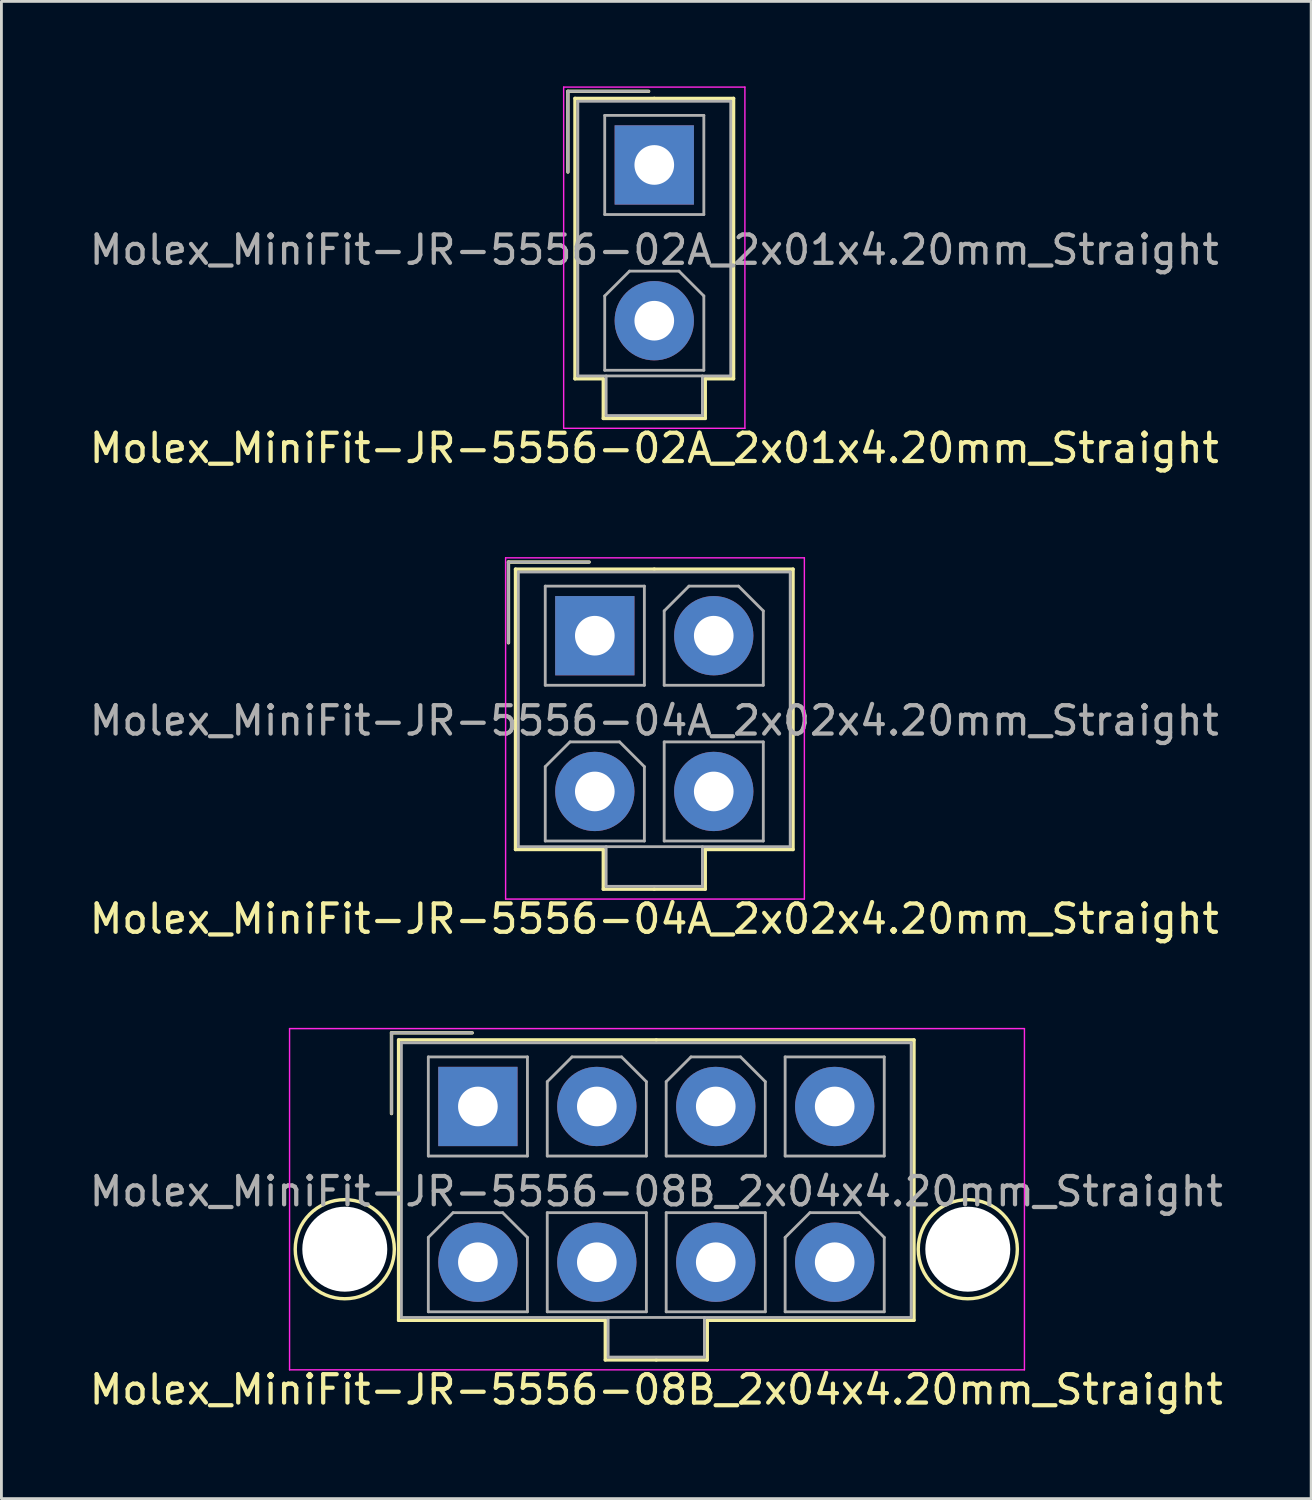
<source format=kicad_pcb>
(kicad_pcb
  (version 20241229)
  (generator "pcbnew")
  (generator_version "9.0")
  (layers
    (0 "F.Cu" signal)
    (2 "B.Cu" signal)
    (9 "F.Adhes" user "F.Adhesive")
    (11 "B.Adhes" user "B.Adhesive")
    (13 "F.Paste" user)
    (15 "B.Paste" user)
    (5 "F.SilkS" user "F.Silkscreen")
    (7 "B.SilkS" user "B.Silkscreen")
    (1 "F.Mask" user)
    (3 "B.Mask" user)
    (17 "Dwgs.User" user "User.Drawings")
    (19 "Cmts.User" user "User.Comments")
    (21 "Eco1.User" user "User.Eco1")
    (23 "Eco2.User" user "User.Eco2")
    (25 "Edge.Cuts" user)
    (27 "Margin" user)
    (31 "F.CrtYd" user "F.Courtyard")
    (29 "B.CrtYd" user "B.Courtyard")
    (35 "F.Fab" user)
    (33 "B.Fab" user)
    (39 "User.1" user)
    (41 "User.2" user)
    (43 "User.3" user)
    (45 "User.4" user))
  (footprint "Molex_MiniFit-JR-5556-04A_2x02x4.20mm_Straight"
    (layer "F.Cu")
    (at 17.954 19.398)
    (property "Reference" "Molex_MiniFit-JR-5556-04A_2x02x4.20mm_Straight" (at 2.1 10 0) (layer "F.SilkS") (effects (font (size 1 1) (thickness 0.15))))
    (attr through_hole)
    (fp_line (start -3.05 -2.6) (end -3.05 0.25) (stroke (width 0.12) (type solid)) (layer "F.SilkS"))
    (fp_line (start -2.8 -2.35) (end -2.8 7.55) (stroke (width 0.12) (type solid)) (layer "F.SilkS"))
    (fp_line (start -2.8 7.55) (end 0.3 7.55) (stroke (width 0.12) (type solid)) (layer "F.SilkS"))
    (fp_line (start -0.2 -2.6) (end -3.05 -2.6) (stroke (width 0.12) (type solid)) (layer "F.SilkS"))
    (fp_line (start 0.3 7.55) (end 0.3 8.95) (stroke (width 0.12) (type solid)) (layer "F.SilkS"))
    (fp_line (start 0.3 8.95) (end 2.1 8.95) (stroke (width 0.12) (type solid)) (layer "F.SilkS"))
    (fp_line (start 2.1 -2.35) (end -2.8 -2.35) (stroke (width 0.12) (type solid)) (layer "F.SilkS"))
    (fp_line (start 2.1 -2.35) (end 7 -2.35) (stroke (width 0.12) (type solid)) (layer "F.SilkS"))
    (fp_line (start 3.9 7.55) (end 3.9 8.95) (stroke (width 0.12) (type solid)) (layer "F.SilkS"))
    (fp_line (start 3.9 8.95) (end 2.1 8.95) (stroke (width 0.12) (type solid)) (layer "F.SilkS"))
    (fp_line (start 7 -2.35) (end 7 7.55) (stroke (width 0.12) (type solid)) (layer "F.SilkS"))
    (fp_line (start 7 7.55) (end 3.9 7.55) (stroke (width 0.12) (type solid)) (layer "F.SilkS"))
    (fp_line (start -3.15 -2.75) (end -3.15 9.3) (stroke (width 0.05) (type solid)) (layer "F.CrtYd"))
    (fp_line (start -3.15 9.3) (end 7.4 9.3) (stroke (width 0.05) (type solid)) (layer "F.CrtYd"))
    (fp_line (start 7.4 -2.75) (end -3.15 -2.75) (stroke (width 0.05) (type solid)) (layer "F.CrtYd"))
    (fp_line (start 7.4 9.3) (end 7.4 -2.75) (stroke (width 0.05) (type solid)) (layer "F.CrtYd"))
    (fp_line (start -3.05 -2.6) (end -3.05 0.25) (stroke (width 0.1) (type solid)) (layer "F.Fab"))
    (fp_line (start -2.7 -2.25) (end -2.7 7.45) (stroke (width 0.1) (type solid)) (layer "F.Fab"))
    (fp_line (start -2.7 7.45) (end 6.9 7.45) (stroke (width 0.1) (type solid)) (layer "F.Fab"))
    (fp_line (start -1.75 -1.75) (end -1.75 1.75) (stroke (width 0.1) (type solid)) (layer "F.Fab"))
    (fp_line (start -1.75 1.75) (end 1.75 1.75) (stroke (width 0.1) (type solid)) (layer "F.Fab"))
    (fp_line (start -1.75 4.625) (end -0.875 3.75) (stroke (width 0.1) (type solid)) (layer "F.Fab"))
    (fp_line (start -1.75 7.25) (end -1.75 4.625) (stroke (width 0.1) (type solid)) (layer "F.Fab"))
    (fp_line (start -0.875 3.75) (end 0.875 3.75) (stroke (width 0.1) (type solid)) (layer "F.Fab"))
    (fp_line (start -0.2 -2.6) (end -3.05 -2.6) (stroke (width 0.1) (type solid)) (layer "F.Fab"))
    (fp_line (start 0.4 7.45) (end 0.4 8.85) (stroke (width 0.1) (type solid)) (layer "F.Fab"))
    (fp_line (start 0.4 8.85) (end 3.8 8.85) (stroke (width 0.1) (type solid)) (layer "F.Fab"))
    (fp_line (start 0.875 3.75) (end 1.75 4.625) (stroke (width 0.1) (type solid)) (layer "F.Fab"))
    (fp_line (start 1.75 -1.75) (end -1.75 -1.75) (stroke (width 0.1) (type solid)) (layer "F.Fab"))
    (fp_line (start 1.75 1.75) (end 1.75 -1.75) (stroke (width 0.1) (type solid)) (layer "F.Fab"))
    (fp_line (start 1.75 4.625) (end 1.75 7.25) (stroke (width 0.1) (type solid)) (layer "F.Fab"))
    (fp_line (start 1.75 7.25) (end -1.75 7.25) (stroke (width 0.1) (type solid)) (layer "F.Fab"))
    (fp_line (start 2.45 -0.875) (end 3.325 -1.75) (stroke (width 0.1) (type solid)) (layer "F.Fab"))
    (fp_line (start 2.45 1.75) (end 2.45 -0.875) (stroke (width 0.1) (type solid)) (layer "F.Fab"))
    (fp_line (start 2.45 3.75) (end 2.45 7.25) (stroke (width 0.1) (type solid)) (layer "F.Fab"))
    (fp_line (start 2.45 7.25) (end 5.95 7.25) (stroke (width 0.1) (type solid)) (layer "F.Fab"))
    (fp_line (start 3.325 -1.75) (end 5.075 -1.75) (stroke (width 0.1) (type solid)) (layer "F.Fab"))
    (fp_line (start 3.8 8.85) (end 3.8 7.45) (stroke (width 0.1) (type solid)) (layer "F.Fab"))
    (fp_line (start 5.075 -1.75) (end 5.95 -0.875) (stroke (width 0.1) (type solid)) (layer "F.Fab"))
    (fp_line (start 5.95 -0.875) (end 5.95 1.75) (stroke (width 0.1) (type solid)) (layer "F.Fab"))
    (fp_line (start 5.95 1.75) (end 2.45 1.75) (stroke (width 0.1) (type solid)) (layer "F.Fab"))
    (fp_line (start 5.95 3.75) (end 2.45 3.75) (stroke (width 0.1) (type solid)) (layer "F.Fab"))
    (fp_line (start 5.95 7.25) (end 5.95 3.75) (stroke (width 0.1) (type solid)) (layer "F.Fab"))
    (fp_line (start 6.9 -2.25) (end -2.7 -2.25) (stroke (width 0.1) (type solid)) (layer "F.Fab"))
    (fp_line (start 6.9 7.45) (end 6.9 -2.25) (stroke (width 0.1) (type solid)) (layer "F.Fab"))
    (fp_text user "${REFERENCE}" (at 2.1 3 0) (layer "F.Fab") (effects (font (size 1 1) (thickness 0.15))))
    (pad "1" thru_hole rect (at 0 0) (size 2.8 2.8) (drill 1.4) (layers "*.Cu" "*.Mask"))
    (pad "2" thru_hole circle (at 4.2 0) (size 2.8 2.8) (drill 1.4) (layers "*.Cu" "*.Mask"))
    (pad "3" thru_hole circle (at 0 5.5) (size 2.8 2.8) (drill 1.4) (layers "*.Cu" "*.Mask"))
    (pad "4" thru_hole circle (at 4.2 5.5) (size 2.8 2.8) (drill 1.4) (layers "*.Cu" "*.Mask")))
  (footprint "Molex_MiniFit-JR-5556-02A_2x01x4.20mm_Straight"
    (layer "F.Cu")
    (at 20.054 2.775)
    (property "Reference" "Molex_MiniFit-JR-5556-02A_2x01x4.20mm_Straight" (at 0 10 0) (layer "F.SilkS") (effects (font (size 1 1) (thickness 0.15))))
    (attr through_hole)
    (fp_line (start -3.05 -2.6) (end -3.05 0.25) (stroke (width 0.12) (type solid)) (layer "F.SilkS"))
    (fp_line (start -2.8 -2.35) (end -2.8 7.55) (stroke (width 0.12) (type solid)) (layer "F.SilkS"))
    (fp_line (start -2.8 7.55) (end -1.8 7.55) (stroke (width 0.12) (type solid)) (layer "F.SilkS"))
    (fp_line (start -1.8 7.55) (end -1.8 8.95) (stroke (width 0.12) (type solid)) (layer "F.SilkS"))
    (fp_line (start -1.8 8.95) (end 0 8.95) (stroke (width 0.12) (type solid)) (layer "F.SilkS"))
    (fp_line (start -0.2 -2.6) (end -3.05 -2.6) (stroke (width 0.12) (type solid)) (layer "F.SilkS"))
    (fp_line (start 0 -2.35) (end -2.8 -2.35) (stroke (width 0.12) (type solid)) (layer "F.SilkS"))
    (fp_line (start 0 -2.35) (end 2.8 -2.35) (stroke (width 0.12) (type solid)) (layer "F.SilkS"))
    (fp_line (start 1.8 7.55) (end 1.8 8.95) (stroke (width 0.12) (type solid)) (layer "F.SilkS"))
    (fp_line (start 1.8 8.95) (end 0 8.95) (stroke (width 0.12) (type solid)) (layer "F.SilkS"))
    (fp_line (start 2.8 -2.35) (end 2.8 7.55) (stroke (width 0.12) (type solid)) (layer "F.SilkS"))
    (fp_line (start 2.8 7.55) (end 1.8 7.55) (stroke (width 0.12) (type solid)) (layer "F.SilkS"))
    (fp_line (start -3.2 -2.75) (end -3.2 9.3) (stroke (width 0.05) (type solid)) (layer "F.CrtYd"))
    (fp_line (start -3.2 9.3) (end 3.2 9.3) (stroke (width 0.05) (type solid)) (layer "F.CrtYd"))
    (fp_line (start 3.2 -2.75) (end -3.2 -2.75) (stroke (width 0.05) (type solid)) (layer "F.CrtYd"))
    (fp_line (start 3.2 9.3) (end 3.2 -2.75) (stroke (width 0.05) (type solid)) (layer "F.CrtYd"))
    (fp_line (start -3.05 -2.6) (end -3.05 0.25) (stroke (width 0.1) (type solid)) (layer "F.Fab"))
    (fp_line (start -2.7 -2.25) (end -2.7 7.45) (stroke (width 0.1) (type solid)) (layer "F.Fab"))
    (fp_line (start -2.7 7.45) (end 2.7 7.45) (stroke (width 0.1) (type solid)) (layer "F.Fab"))
    (fp_line (start -1.75 -1.75) (end -1.75 1.75) (stroke (width 0.1) (type solid)) (layer "F.Fab"))
    (fp_line (start -1.75 1.75) (end 1.75 1.75) (stroke (width 0.1) (type solid)) (layer "F.Fab"))
    (fp_line (start -1.75 4.625) (end -0.875 3.75) (stroke (width 0.1) (type solid)) (layer "F.Fab"))
    (fp_line (start -1.75 7.25) (end -1.75 4.625) (stroke (width 0.1) (type solid)) (layer "F.Fab"))
    (fp_line (start -1.7 7.45) (end -1.7 8.85) (stroke (width 0.1) (type solid)) (layer "F.Fab"))
    (fp_line (start -1.7 8.85) (end 1.7 8.85) (stroke (width 0.1) (type solid)) (layer "F.Fab"))
    (fp_line (start -0.875 3.75) (end 0.875 3.75) (stroke (width 0.1) (type solid)) (layer "F.Fab"))
    (fp_line (start -0.2 -2.6) (end -3.05 -2.6) (stroke (width 0.1) (type solid)) (layer "F.Fab"))
    (fp_line (start 0.875 3.75) (end 1.75 4.625) (stroke (width 0.1) (type solid)) (layer "F.Fab"))
    (fp_line (start 1.7 8.85) (end 1.7 7.45) (stroke (width 0.1) (type solid)) (layer "F.Fab"))
    (fp_line (start 1.75 -1.75) (end -1.75 -1.75) (stroke (width 0.1) (type solid)) (layer "F.Fab"))
    (fp_line (start 1.75 1.75) (end 1.75 -1.75) (stroke (width 0.1) (type solid)) (layer "F.Fab"))
    (fp_line (start 1.75 4.625) (end 1.75 7.25) (stroke (width 0.1) (type solid)) (layer "F.Fab"))
    (fp_line (start 1.75 7.25) (end -1.75 7.25) (stroke (width 0.1) (type solid)) (layer "F.Fab"))
    (fp_line (start 2.7 -2.25) (end -2.7 -2.25) (stroke (width 0.1) (type solid)) (layer "F.Fab"))
    (fp_line (start 2.7 7.45) (end 2.7 -2.25) (stroke (width 0.1) (type solid)) (layer "F.Fab"))
    (fp_text user "${REFERENCE}" (at 0 3 0) (layer "F.Fab") (effects (font (size 1 1) (thickness 0.15))))
    (pad "1" thru_hole rect (at 0 0) (size 2.8 2.8) (drill 1.4) (layers "*.Cu" "*.Mask"))
    (pad "2" thru_hole circle (at 0 5.5) (size 2.8 2.8) (drill 1.4) (layers "*.Cu" "*.Mask")))
  (footprint "Molex_MiniFit-JR-5556-08B_2x04x4.20mm_Straight"
    (layer "F.Cu")
    (at 13.825 36.022)
    (property "Reference" "Molex_MiniFit-JR-5556-08B_2x04x4.20mm_Straight" (at 6.3 10 0) (layer "F.SilkS") (effects (font (size 1 1) (thickness 0.15))))
    (attr through_hole)
    (fp_line (start -3.05 -2.6) (end -3.05 0.25) (stroke (width 0.12) (type solid)) (layer "F.SilkS"))
    (fp_line (start -2.8 -2.35) (end -2.8 7.55) (stroke (width 0.12) (type solid)) (layer "F.SilkS"))
    (fp_line (start -2.8 7.55) (end 4.5 7.55) (stroke (width 0.12) (type solid)) (layer "F.SilkS"))
    (fp_line (start -0.2 -2.6) (end -3.05 -2.6) (stroke (width 0.12) (type solid)) (layer "F.SilkS"))
    (fp_line (start 4.5 7.55) (end 4.5 8.95) (stroke (width 0.12) (type solid)) (layer "F.SilkS"))
    (fp_line (start 4.5 8.95) (end 6.3 8.95) (stroke (width 0.12) (type solid)) (layer "F.SilkS"))
    (fp_line (start 6.3 -2.35) (end -2.8 -2.35) (stroke (width 0.12) (type solid)) (layer "F.SilkS"))
    (fp_line (start 6.3 -2.35) (end 15.4 -2.35) (stroke (width 0.12) (type solid)) (layer "F.SilkS"))
    (fp_line (start 8.1 7.55) (end 8.1 8.95) (stroke (width 0.12) (type solid)) (layer "F.SilkS"))
    (fp_line (start 8.1 8.95) (end 6.3 8.95) (stroke (width 0.12) (type solid)) (layer "F.SilkS"))
    (fp_line (start 15.4 -2.35) (end 15.4 7.55) (stroke (width 0.12) (type solid)) (layer "F.SilkS"))
    (fp_line (start 15.4 7.55) (end 8.1 7.55) (stroke (width 0.12) (type solid)) (layer "F.SilkS"))
    (fp_circle (center -4.7 5.04) (end -2.95 5.04) (stroke (width 0.12) (type solid)) (fill no) (layer "F.SilkS"))
    (fp_circle (center 17.3 5.04) (end 19.05 5.04) (stroke (width 0.12) (type solid)) (fill no) (layer "F.SilkS"))
    (fp_line (start -6.65 -2.75) (end -6.65 9.3) (stroke (width 0.05) (type solid)) (layer "F.CrtYd"))
    (fp_line (start -6.65 9.3) (end 19.3 9.3) (stroke (width 0.05) (type solid)) (layer "F.CrtYd"))
    (fp_line (start 19.3 -2.75) (end -6.65 -2.75) (stroke (width 0.05) (type solid)) (layer "F.CrtYd"))
    (fp_line (start 19.3 9.3) (end 19.3 -2.75) (stroke (width 0.05) (type solid)) (layer "F.CrtYd"))
    (fp_line (start -3.05 -2.6) (end -3.05 0.25) (stroke (width 0.1) (type solid)) (layer "F.Fab"))
    (fp_line (start -2.7 -2.25) (end -2.7 7.45) (stroke (width 0.1) (type solid)) (layer "F.Fab"))
    (fp_line (start -2.7 7.45) (end 15.3 7.45) (stroke (width 0.1) (type solid)) (layer "F.Fab"))
    (fp_line (start -1.75 -1.75) (end -1.75 1.75) (stroke (width 0.1) (type solid)) (layer "F.Fab"))
    (fp_line (start -1.75 1.75) (end 1.75 1.75) (stroke (width 0.1) (type solid)) (layer "F.Fab"))
    (fp_line (start -1.75 4.625) (end -0.875 3.75) (stroke (width 0.1) (type solid)) (layer "F.Fab"))
    (fp_line (start -1.75 7.25) (end -1.75 4.625) (stroke (width 0.1) (type solid)) (layer "F.Fab"))
    (fp_line (start -0.875 3.75) (end 0.875 3.75) (stroke (width 0.1) (type solid)) (layer "F.Fab"))
    (fp_line (start -0.2 -2.6) (end -3.05 -2.6) (stroke (width 0.1) (type solid)) (layer "F.Fab"))
    (fp_line (start 0.875 3.75) (end 1.75 4.625) (stroke (width 0.1) (type solid)) (layer "F.Fab"))
    (fp_line (start 1.75 -1.75) (end -1.75 -1.75) (stroke (width 0.1) (type solid)) (layer "F.Fab"))
    (fp_line (start 1.75 1.75) (end 1.75 -1.75) (stroke (width 0.1) (type solid)) (layer "F.Fab"))
    (fp_line (start 1.75 4.625) (end 1.75 7.25) (stroke (width 0.1) (type solid)) (layer "F.Fab"))
    (fp_line (start 1.75 7.25) (end -1.75 7.25) (stroke (width 0.1) (type solid)) (layer "F.Fab"))
    (fp_line (start 2.45 -0.875) (end 3.325 -1.75) (stroke (width 0.1) (type solid)) (layer "F.Fab"))
    (fp_line (start 2.45 1.75) (end 2.45 -0.875) (stroke (width 0.1) (type solid)) (layer "F.Fab"))
    (fp_line (start 2.45 3.75) (end 2.45 7.25) (stroke (width 0.1) (type solid)) (layer "F.Fab"))
    (fp_line (start 2.45 7.25) (end 5.95 7.25) (stroke (width 0.1) (type solid)) (layer "F.Fab"))
    (fp_line (start 3.325 -1.75) (end 5.075 -1.75) (stroke (width 0.1) (type solid)) (layer "F.Fab"))
    (fp_line (start 4.6 7.45) (end 4.6 8.85) (stroke (width 0.1) (type solid)) (layer "F.Fab"))
    (fp_line (start 4.6 8.85) (end 8 8.85) (stroke (width 0.1) (type solid)) (layer "F.Fab"))
    (fp_line (start 5.075 -1.75) (end 5.95 -0.875) (stroke (width 0.1) (type solid)) (layer "F.Fab"))
    (fp_line (start 5.95 -0.875) (end 5.95 1.75) (stroke (width 0.1) (type solid)) (layer "F.Fab"))
    (fp_line (start 5.95 1.75) (end 2.45 1.75) (stroke (width 0.1) (type solid)) (layer "F.Fab"))
    (fp_line (start 5.95 3.75) (end 2.45 3.75) (stroke (width 0.1) (type solid)) (layer "F.Fab"))
    (fp_line (start 5.95 7.25) (end 5.95 3.75) (stroke (width 0.1) (type solid)) (layer "F.Fab"))
    (fp_line (start 6.65 -0.875) (end 7.525 -1.75) (stroke (width 0.1) (type solid)) (layer "F.Fab"))
    (fp_line (start 6.65 1.75) (end 6.65 -0.875) (stroke (width 0.1) (type solid)) (layer "F.Fab"))
    (fp_line (start 6.65 3.75) (end 6.65 7.25) (stroke (width 0.1) (type solid)) (layer "F.Fab"))
    (fp_line (start 6.65 7.25) (end 10.15 7.25) (stroke (width 0.1) (type solid)) (layer "F.Fab"))
    (fp_line (start 7.525 -1.75) (end 9.275 -1.75) (stroke (width 0.1) (type solid)) (layer "F.Fab"))
    (fp_line (start 8 8.85) (end 8 7.45) (stroke (width 0.1) (type solid)) (layer "F.Fab"))
    (fp_line (start 9.275 -1.75) (end 10.15 -0.875) (stroke (width 0.1) (type solid)) (layer "F.Fab"))
    (fp_line (start 10.15 -0.875) (end 10.15 1.75) (stroke (width 0.1) (type solid)) (layer "F.Fab"))
    (fp_line (start 10.15 1.75) (end 6.65 1.75) (stroke (width 0.1) (type solid)) (layer "F.Fab"))
    (fp_line (start 10.15 3.75) (end 6.65 3.75) (stroke (width 0.1) (type solid)) (layer "F.Fab"))
    (fp_line (start 10.15 7.25) (end 10.15 3.75) (stroke (width 0.1) (type solid)) (layer "F.Fab"))
    (fp_line (start 10.85 -1.75) (end 10.85 1.75) (stroke (width 0.1) (type solid)) (layer "F.Fab"))
    (fp_line (start 10.85 1.75) (end 14.35 1.75) (stroke (width 0.1) (type solid)) (layer "F.Fab"))
    (fp_line (start 10.85 4.625) (end 11.725 3.75) (stroke (width 0.1) (type solid)) (layer "F.Fab"))
    (fp_line (start 10.85 7.25) (end 10.85 4.625) (stroke (width 0.1) (type solid)) (layer "F.Fab"))
    (fp_line (start 11.725 3.75) (end 13.475 3.75) (stroke (width 0.1) (type solid)) (layer "F.Fab"))
    (fp_line (start 13.475 3.75) (end 14.35 4.625) (stroke (width 0.1) (type solid)) (layer "F.Fab"))
    (fp_line (start 14.35 -1.75) (end 10.85 -1.75) (stroke (width 0.1) (type solid)) (layer "F.Fab"))
    (fp_line (start 14.35 1.75) (end 14.35 -1.75) (stroke (width 0.1) (type solid)) (layer "F.Fab"))
    (fp_line (start 14.35 4.625) (end 14.35 7.25) (stroke (width 0.1) (type solid)) (layer "F.Fab"))
    (fp_line (start 14.35 7.25) (end 10.85 7.25) (stroke (width 0.1) (type solid)) (layer "F.Fab"))
    (fp_line (start 15.3 -2.25) (end -2.7 -2.25) (stroke (width 0.1) (type solid)) (layer "F.Fab"))
    (fp_line (start 15.3 7.45) (end 15.3 -2.25) (stroke (width 0.1) (type solid)) (layer "F.Fab"))
    (fp_text user "${REFERENCE}" (at 6.3 3 0) (layer "F.Fab") (effects (font (size 1 1) (thickness 0.15))))
    (pad "" np_thru_hole circle (at -4.7 5.04) (size 3 3) (drill 3) (layers "*.Cu" "*.Mask"))
    (pad "" np_thru_hole circle (at 17.3 5.04) (size 3 3) (drill 3) (layers "*.Cu" "*.Mask"))
    (pad "1" thru_hole rect (at 0 0) (size 2.8 2.8) (drill 1.4) (layers "*.Cu" "*.Mask"))
    (pad "2" thru_hole circle (at 4.2 0) (size 2.8 2.8) (drill 1.4) (layers "*.Cu" "*.Mask"))
    (pad "3" thru_hole circle (at 8.4 0) (size 2.8 2.8) (drill 1.4) (layers "*.Cu" "*.Mask"))
    (pad "4" thru_hole circle (at 12.6 0) (size 2.8 2.8) (drill 1.4) (layers "*.Cu" "*.Mask"))
    (pad "5" thru_hole circle (at 0 5.5) (size 2.8 2.8) (drill 1.4) (layers "*.Cu" "*.Mask"))
    (pad "6" thru_hole circle (at 4.2 5.5) (size 2.8 2.8) (drill 1.4) (layers "*.Cu" "*.Mask"))
    (pad "7" thru_hole circle (at 8.4 5.5) (size 2.8 2.8) (drill 1.4) (layers "*.Cu" "*.Mask"))
    (pad "8" thru_hole circle (at 12.6 5.5) (size 2.8 2.8) (drill 1.4) (layers "*.Cu" "*.Mask")))
  (gr_rect
    (start -3 -3)
    (end 43.25 49.87)
    (stroke (width 0.1) (type default))
    (fill no)
    (layer "Edge.Cuts")))
</source>
